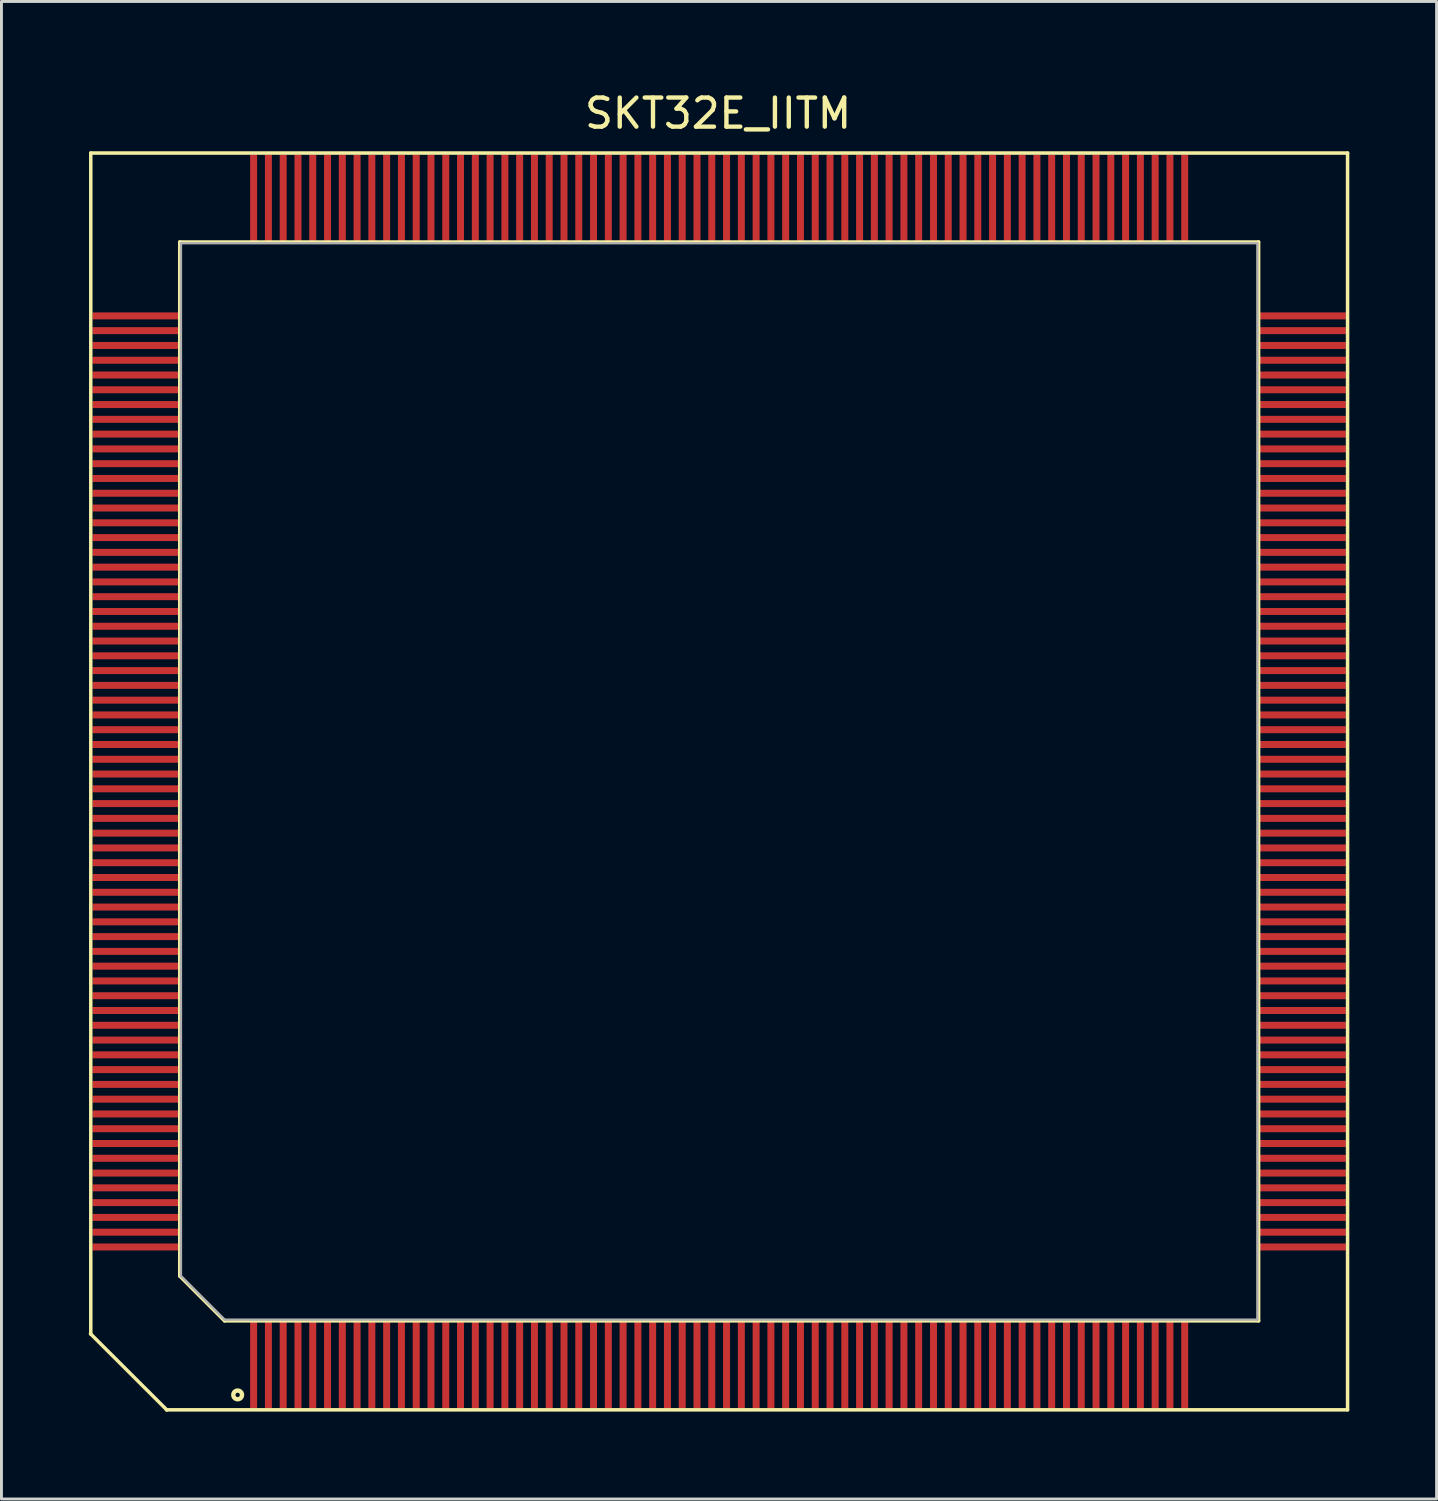
<source format=kicad_pcb>
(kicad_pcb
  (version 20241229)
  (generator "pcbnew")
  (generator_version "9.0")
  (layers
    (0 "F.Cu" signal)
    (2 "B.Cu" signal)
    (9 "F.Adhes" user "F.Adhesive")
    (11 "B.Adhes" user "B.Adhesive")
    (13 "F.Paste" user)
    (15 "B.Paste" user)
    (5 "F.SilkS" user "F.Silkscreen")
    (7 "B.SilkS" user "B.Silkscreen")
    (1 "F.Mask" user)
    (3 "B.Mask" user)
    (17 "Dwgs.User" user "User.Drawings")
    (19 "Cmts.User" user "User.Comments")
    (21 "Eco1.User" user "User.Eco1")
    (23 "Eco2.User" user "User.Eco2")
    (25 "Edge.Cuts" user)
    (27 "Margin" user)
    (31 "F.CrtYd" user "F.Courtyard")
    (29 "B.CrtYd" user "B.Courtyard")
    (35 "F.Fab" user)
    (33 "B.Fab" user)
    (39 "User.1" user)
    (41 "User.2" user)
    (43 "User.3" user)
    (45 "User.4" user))
  (footprint "SKT32E_IITM"
    (layer "F.Cu")
    (at 21.67 23.81)
    (property "Reference" "SKT32E_IITM" (at -0.036 -22.962 0) (layer "F.SilkS") (effects (font (size 1 1) (thickness 0.15))))
    (attr through_hole)
    (fp_line (start -21.61 18.984) (end -18.984 21.605) (stroke (width 0.12) (type solid)) (layer "F.SilkS"))
    (fp_line (start -21.6 -21.6) (end -21.6 19) (stroke (width 0.12) (type solid)) (layer "F.SilkS"))
    (fp_line (start -19 21.6) (end 21.6 21.6) (stroke (width 0.12) (type solid)) (layer "F.SilkS"))
    (fp_line (start -18.542 -18.542) (end -18.542 17) (stroke (width 0.12) (type solid)) (layer "F.SilkS"))
    (fp_line (start -18.542 17) (end -17 18.542) (stroke (width 0.12) (type solid)) (layer "F.SilkS"))
    (fp_line (start -17 18.542) (end 18.542 18.542) (stroke (width 0.12) (type solid)) (layer "F.SilkS"))
    (fp_line (start 18.542 -18.542) (end -18.542 -18.542) (stroke (width 0.12) (type solid)) (layer "F.SilkS"))
    (fp_line (start 18.542 18.542) (end 18.542 -18.542) (stroke (width 0.12) (type solid)) (layer "F.SilkS"))
    (fp_line (start 21.6 -21.6) (end -21.6 -21.6) (stroke (width 0.12) (type solid)) (layer "F.SilkS"))
    (fp_line (start 21.6 21.6) (end 21.6 -21.6) (stroke (width 0.12) (type solid)) (layer "F.SilkS"))
    (fp_circle (center -16.551 21.087) (end -16.401 21.087) (stroke (width 0.15) (type solid)) (fill no) (layer "F.SilkS"))
    (fp_line (start -18.5 -18.5) (end 18.5 -18.5) (stroke (width 0.08) (type solid)) (layer "F.Fab"))
    (fp_line (start -18.5 17) (end -18.5 -18.5) (stroke (width 0.08) (type solid)) (layer "F.Fab"))
    (fp_line (start -18.5 17) (end -17 18.5) (stroke (width 0.08) (type solid)) (layer "F.Fab"))
    (fp_line (start 18.5 -18.5) (end 18.5 18.5) (stroke (width 0.08) (type solid)) (layer "F.Fab"))
    (fp_line (start 18.5 18.5) (end -17 18.5) (stroke (width 0.08) (type solid)) (layer "F.Fab"))
    (pad "1" smd rect (at -16.002 18.542) (size 0.24 3) (drill (offset 0 1.5)) (layers "F.Cu" "F.Mask" "F.Paste"))
    (pad "2" smd rect (at -15.494 18.542) (size 0.24 3) (drill (offset 0 1.5)) (layers "F.Cu" "F.Mask" "F.Paste"))
    (pad "3" smd rect (at -14.986 18.542) (size 0.24 3) (drill (offset 0 1.5)) (layers "F.Cu" "F.Mask" "F.Paste"))
    (pad "4" smd rect (at -14.478 18.542) (size 0.24 3) (drill (offset 0 1.5)) (layers "F.Cu" "F.Mask" "F.Paste"))
    (pad "5" smd rect (at -13.97 18.542) (size 0.24 3) (drill (offset 0 1.5)) (layers "F.Cu" "F.Mask" "F.Paste"))
    (pad "6" smd rect (at -13.462 18.542) (size 0.24 3) (drill (offset 0 1.5)) (layers "F.Cu" "F.Mask" "F.Paste"))
    (pad "7" smd rect (at -12.954 18.542) (size 0.24 3) (drill (offset 0 1.5)) (layers "F.Cu" "F.Mask" "F.Paste"))
    (pad "8" smd rect (at -12.446 18.542) (size 0.24 3) (drill (offset 0 1.5)) (layers "F.Cu" "F.Mask" "F.Paste"))
    (pad "9" smd rect (at -11.938 18.542) (size 0.24 3) (drill (offset 0 1.5)) (layers "F.Cu" "F.Mask" "F.Paste"))
    (pad "10" smd rect (at -11.43 18.542) (size 0.24 3) (drill (offset 0 1.5)) (layers "F.Cu" "F.Mask" "F.Paste"))
    (pad "11" smd rect (at -10.922 18.542) (size 0.24 3) (drill (offset 0 1.5)) (layers "F.Cu" "F.Mask" "F.Paste"))
    (pad "12" smd rect (at -10.414 18.542) (size 0.24 3) (drill (offset 0 1.5)) (layers "F.Cu" "F.Mask" "F.Paste"))
    (pad "13" smd rect (at -9.906 18.542) (size 0.24 3) (drill (offset 0 1.5)) (layers "F.Cu" "F.Mask" "F.Paste"))
    (pad "14" smd rect (at -9.398 18.542) (size 0.24 3) (drill (offset 0 1.5)) (layers "F.Cu" "F.Mask" "F.Paste"))
    (pad "15" smd rect (at -8.89 18.542) (size 0.24 3) (drill (offset 0 1.5)) (layers "F.Cu" "F.Mask" "F.Paste"))
    (pad "16" smd rect (at -8.382 18.542) (size 0.24 3) (drill (offset 0 1.5)) (layers "F.Cu" "F.Mask" "F.Paste"))
    (pad "17" smd rect (at -7.874 18.542) (size 0.24 3) (drill (offset 0 1.5)) (layers "F.Cu" "F.Mask" "F.Paste"))
    (pad "18" smd rect (at -7.366 18.542) (size 0.24 3) (drill (offset 0 1.5)) (layers "F.Cu" "F.Mask" "F.Paste"))
    (pad "19" smd rect (at -6.858 18.542) (size 0.24 3) (drill (offset 0 1.5)) (layers "F.Cu" "F.Mask" "F.Paste"))
    (pad "20" smd rect (at -6.35 18.542) (size 0.24 3) (drill (offset 0 1.5)) (layers "F.Cu" "F.Mask" "F.Paste"))
    (pad "21" smd rect (at -5.842 18.542) (size 0.24 3) (drill (offset 0 1.5)) (layers "F.Cu" "F.Mask" "F.Paste"))
    (pad "22" smd rect (at -5.334 18.542) (size 0.24 3) (drill (offset 0 1.5)) (layers "F.Cu" "F.Mask" "F.Paste"))
    (pad "23" smd rect (at -4.826 18.542) (size 0.24 3) (drill (offset 0 1.5)) (layers "F.Cu" "F.Mask" "F.Paste"))
    (pad "24" smd rect (at -4.318 18.542) (size 0.24 3) (drill (offset 0 1.5)) (layers "F.Cu" "F.Mask" "F.Paste"))
    (pad "25" smd rect (at -3.81 18.542) (size 0.24 3) (drill (offset 0 1.5)) (layers "F.Cu" "F.Mask" "F.Paste"))
    (pad "26" smd rect (at -3.302 18.542) (size 0.24 3) (drill (offset 0 1.5)) (layers "F.Cu" "F.Mask" "F.Paste"))
    (pad "27" smd rect (at -2.794 18.542) (size 0.24 3) (drill (offset 0 1.5)) (layers "F.Cu" "F.Mask" "F.Paste"))
    (pad "28" smd rect (at -2.286 18.542) (size 0.24 3) (drill (offset 0 1.5)) (layers "F.Cu" "F.Mask" "F.Paste"))
    (pad "29" smd rect (at -1.778 18.542) (size 0.24 3) (drill (offset 0 1.5)) (layers "F.Cu" "F.Mask" "F.Paste"))
    (pad "30" smd rect (at -1.27 18.542) (size 0.24 3) (drill (offset 0 1.5)) (layers "F.Cu" "F.Mask" "F.Paste"))
    (pad "31" smd rect (at -0.762 18.542) (size 0.24 3) (drill (offset 0 1.5)) (layers "F.Cu" "F.Mask" "F.Paste"))
    (pad "32" smd rect (at -0.254 18.542) (size 0.24 3) (drill (offset 0 1.5)) (layers "F.Cu" "F.Mask" "F.Paste"))
    (pad "33" smd rect (at 0.254 18.542) (size 0.24 3) (drill (offset 0 1.5)) (layers "F.Cu" "F.Mask" "F.Paste"))
    (pad "34" smd rect (at 0.762 18.542) (size 0.24 3) (drill (offset 0 1.5)) (layers "F.Cu" "F.Mask" "F.Paste"))
    (pad "35" smd rect (at 1.27 18.542) (size 0.24 3) (drill (offset 0 1.5)) (layers "F.Cu" "F.Mask" "F.Paste"))
    (pad "36" smd rect (at 1.778 18.542) (size 0.24 3) (drill (offset 0 1.5)) (layers "F.Cu" "F.Mask" "F.Paste"))
    (pad "37" smd rect (at 2.286 18.542) (size 0.24 3) (drill (offset 0 1.5)) (layers "F.Cu" "F.Mask" "F.Paste"))
    (pad "38" smd rect (at 2.794 18.542) (size 0.24 3) (drill (offset 0 1.5)) (layers "F.Cu" "F.Mask" "F.Paste"))
    (pad "39" smd rect (at 3.302 18.542) (size 0.24 3) (drill (offset 0 1.5)) (layers "F.Cu" "F.Mask" "F.Paste"))
    (pad "40" smd rect (at 3.81 18.542) (size 0.24 3) (drill (offset 0 1.5)) (layers "F.Cu" "F.Mask" "F.Paste"))
    (pad "41" smd rect (at 4.318 18.542) (size 0.24 3) (drill (offset 0 1.5)) (layers "F.Cu" "F.Mask" "F.Paste"))
    (pad "42" smd rect (at 4.826 18.542) (size 0.24 3) (drill (offset 0 1.5)) (layers "F.Cu" "F.Mask" "F.Paste"))
    (pad "43" smd rect (at 5.334 18.542) (size 0.24 3) (drill (offset 0 1.5)) (layers "F.Cu" "F.Mask" "F.Paste"))
    (pad "44" smd rect (at 5.842 18.542) (size 0.24 3) (drill (offset 0 1.5)) (layers "F.Cu" "F.Mask" "F.Paste"))
    (pad "45" smd rect (at 6.35 18.542) (size 0.24 3) (drill (offset 0 1.5)) (layers "F.Cu" "F.Mask" "F.Paste"))
    (pad "46" smd rect (at 6.858 18.542) (size 0.24 3) (drill (offset 0 1.5)) (layers "F.Cu" "F.Mask" "F.Paste"))
    (pad "47" smd rect (at 7.366 18.542) (size 0.24 3) (drill (offset 0 1.5)) (layers "F.Cu" "F.Mask" "F.Paste"))
    (pad "48" smd rect (at 7.874 18.542) (size 0.24 3) (drill (offset 0 1.5)) (layers "F.Cu" "F.Mask" "F.Paste"))
    (pad "49" smd rect (at 8.382 18.542) (size 0.24 3) (drill (offset 0 1.5)) (layers "F.Cu" "F.Mask" "F.Paste"))
    (pad "50" smd rect (at 8.89 18.542) (size 0.24 3) (drill (offset 0 1.5)) (layers "F.Cu" "F.Mask" "F.Paste"))
    (pad "51" smd rect (at 9.398 18.542) (size 0.24 3) (drill (offset 0 1.5)) (layers "F.Cu" "F.Mask" "F.Paste"))
    (pad "52" smd rect (at 9.906 18.542) (size 0.24 3) (drill (offset 0 1.5)) (layers "F.Cu" "F.Mask" "F.Paste"))
    (pad "53" smd rect (at 10.414 18.542) (size 0.24 3) (drill (offset 0 1.5)) (layers "F.Cu" "F.Mask" "F.Paste"))
    (pad "54" smd rect (at 10.922 18.542) (size 0.24 3) (drill (offset 0 1.5)) (layers "F.Cu" "F.Mask" "F.Paste"))
    (pad "55" smd rect (at 11.43 18.542) (size 0.24 3) (drill (offset 0 1.5)) (layers "F.Cu" "F.Mask" "F.Paste"))
    (pad "56" smd rect (at 11.938 18.542) (size 0.24 3) (drill (offset 0 1.5)) (layers "F.Cu" "F.Mask" "F.Paste"))
    (pad "57" smd rect (at 12.446 18.542) (size 0.24 3) (drill (offset 0 1.5)) (layers "F.Cu" "F.Mask" "F.Paste"))
    (pad "58" smd rect (at 12.954 18.542) (size 0.24 3) (drill (offset 0 1.5)) (layers "F.Cu" "F.Mask" "F.Paste"))
    (pad "59" smd rect (at 13.462 18.542) (size 0.24 3) (drill (offset 0 1.5)) (layers "F.Cu" "F.Mask" "F.Paste"))
    (pad "60" smd rect (at 13.97 18.542) (size 0.24 3) (drill (offset 0 1.5)) (layers "F.Cu" "F.Mask" "F.Paste"))
    (pad "61" smd rect (at 14.478 18.542) (size 0.24 3) (drill (offset 0 1.5)) (layers "F.Cu" "F.Mask" "F.Paste"))
    (pad "62" smd rect (at 14.986 18.542) (size 0.24 3) (drill (offset 0 1.5)) (layers "F.Cu" "F.Mask" "F.Paste"))
    (pad "63" smd rect (at 15.494 18.542) (size 0.24 3) (drill (offset 0 1.5)) (layers "F.Cu" "F.Mask" "F.Paste"))
    (pad "64" smd rect (at 16.002 18.542) (size 0.24 3) (drill (offset 0 1.5)) (layers "F.Cu" "F.Mask" "F.Paste"))
    (pad "65" smd rect (at 18.542 16.002 90) (size 0.24 3) (drill (offset 0 1.5)) (layers "F.Cu" "F.Mask" "F.Paste"))
    (pad "66" smd rect (at 18.542 15.494 90) (size 0.24 3) (drill (offset 0 1.5)) (layers "F.Cu" "F.Mask" "F.Paste"))
    (pad "67" smd rect (at 18.542 14.986 90) (size 0.24 3) (drill (offset 0 1.5)) (layers "F.Cu" "F.Mask" "F.Paste"))
    (pad "68" smd rect (at 18.542 14.478 90) (size 0.24 3) (drill (offset 0 1.5)) (layers "F.Cu" "F.Mask" "F.Paste"))
    (pad "69" smd rect (at 18.542 13.97 90) (size 0.24 3) (drill (offset 0 1.5)) (layers "F.Cu" "F.Mask" "F.Paste"))
    (pad "70" smd rect (at 18.542 13.462 90) (size 0.24 3) (drill (offset 0 1.5)) (layers "F.Cu" "F.Mask" "F.Paste"))
    (pad "71" smd rect (at 18.542 12.954 90) (size 0.24 3) (drill (offset 0 1.5)) (layers "F.Cu" "F.Mask" "F.Paste"))
    (pad "72" smd rect (at 18.542 12.446 90) (size 0.24 3) (drill (offset 0 1.5)) (layers "F.Cu" "F.Mask" "F.Paste"))
    (pad "73" smd rect (at 18.542 11.938 90) (size 0.24 3) (drill (offset 0 1.5)) (layers "F.Cu" "F.Mask" "F.Paste"))
    (pad "74" smd rect (at 18.542 11.43 90) (size 0.24 3) (drill (offset 0 1.5)) (layers "F.Cu" "F.Mask" "F.Paste"))
    (pad "75" smd rect (at 18.542 10.922 90) (size 0.24 3) (drill (offset 0 1.5)) (layers "F.Cu" "F.Mask" "F.Paste"))
    (pad "76" smd rect (at 18.542 10.414 90) (size 0.24 3) (drill (offset 0 1.5)) (layers "F.Cu" "F.Mask" "F.Paste"))
    (pad "77" smd rect (at 18.542 9.906 90) (size 0.24 3) (drill (offset 0 1.5)) (layers "F.Cu" "F.Mask" "F.Paste"))
    (pad "78" smd rect (at 18.542 9.398 90) (size 0.24 3) (drill (offset 0 1.5)) (layers "F.Cu" "F.Mask" "F.Paste"))
    (pad "79" smd rect (at 18.542 8.89 90) (size 0.24 3) (drill (offset 0 1.5)) (layers "F.Cu" "F.Mask" "F.Paste"))
    (pad "80" smd rect (at 18.542 8.382 90) (size 0.24 3) (drill (offset 0 1.5)) (layers "F.Cu" "F.Mask" "F.Paste"))
    (pad "81" smd rect (at 18.542 7.874 90) (size 0.24 3) (drill (offset 0 1.5)) (layers "F.Cu" "F.Mask" "F.Paste"))
    (pad "82" smd rect (at 18.542 7.366 90) (size 0.24 3) (drill (offset 0 1.5)) (layers "F.Cu" "F.Mask" "F.Paste"))
    (pad "83" smd rect (at 18.542 6.858 90) (size 0.24 3) (drill (offset 0 1.5)) (layers "F.Cu" "F.Mask" "F.Paste"))
    (pad "84" smd rect (at 18.542 6.35 90) (size 0.24 3) (drill (offset 0 1.5)) (layers "F.Cu" "F.Mask" "F.Paste"))
    (pad "85" smd rect (at 18.542 5.842 90) (size 0.24 3) (drill (offset 0 1.5)) (layers "F.Cu" "F.Mask" "F.Paste"))
    (pad "86" smd rect (at 18.542 5.334 90) (size 0.24 3) (drill (offset 0 1.5)) (layers "F.Cu" "F.Mask" "F.Paste"))
    (pad "87" smd rect (at 18.542 4.826 90) (size 0.24 3) (drill (offset 0 1.5)) (layers "F.Cu" "F.Mask" "F.Paste"))
    (pad "88" smd rect (at 18.542 4.318 90) (size 0.24 3) (drill (offset 0 1.5)) (layers "F.Cu" "F.Mask" "F.Paste"))
    (pad "89" smd rect (at 18.542 3.81 90) (size 0.24 3) (drill (offset 0 1.5)) (layers "F.Cu" "F.Mask" "F.Paste"))
    (pad "90" smd rect (at 18.542 3.302 90) (size 0.24 3) (drill (offset 0 1.5)) (layers "F.Cu" "F.Mask" "F.Paste"))
    (pad "91" smd rect (at 18.542 2.794 90) (size 0.24 3) (drill (offset 0 1.5)) (layers "F.Cu" "F.Mask" "F.Paste"))
    (pad "92" smd rect (at 18.542 2.286 90) (size 0.24 3) (drill (offset 0 1.5)) (layers "F.Cu" "F.Mask" "F.Paste"))
    (pad "93" smd rect (at 18.542 1.778 90) (size 0.24 3) (drill (offset 0 1.5)) (layers "F.Cu" "F.Mask" "F.Paste"))
    (pad "94" smd rect (at 18.542 1.27 90) (size 0.24 3) (drill (offset 0 1.5)) (layers "F.Cu" "F.Mask" "F.Paste"))
    (pad "95" smd rect (at 18.542 0.762 90) (size 0.24 3) (drill (offset 0 1.5)) (layers "F.Cu" "F.Mask" "F.Paste"))
    (pad "96" smd rect (at 18.542 0.254 90) (size 0.24 3) (drill (offset 0 1.5)) (layers "F.Cu" "F.Mask" "F.Paste"))
    (pad "97" smd rect (at 18.542 -0.254 90) (size 0.24 3) (drill (offset 0 1.5)) (layers "F.Cu" "F.Mask" "F.Paste"))
    (pad "98" smd rect (at 18.542 -0.762 90) (size 0.24 3) (drill (offset 0 1.5)) (layers "F.Cu" "F.Mask" "F.Paste"))
    (pad "99" smd rect (at 18.542 -1.27 90) (size 0.24 3) (drill (offset 0 1.5)) (layers "F.Cu" "F.Mask" "F.Paste"))
    (pad "100" smd rect (at 18.542 -1.778 90) (size 0.24 3) (drill (offset 0 1.5)) (layers "F.Cu" "F.Mask" "F.Paste"))
    (pad "101" smd rect (at 18.542 -2.286 90) (size 0.24 3) (drill (offset 0 1.5)) (layers "F.Cu" "F.Mask" "F.Paste"))
    (pad "102" smd rect (at 18.542 -2.794 90) (size 0.24 3) (drill (offset 0 1.5)) (layers "F.Cu" "F.Mask" "F.Paste"))
    (pad "103" smd rect (at 18.542 -3.302 90) (size 0.24 3) (drill (offset 0 1.5)) (layers "F.Cu" "F.Mask" "F.Paste"))
    (pad "104" smd rect (at 18.542 -3.81 90) (size 0.24 3) (drill (offset 0 1.5)) (layers "F.Cu" "F.Mask" "F.Paste"))
    (pad "105" smd rect (at 18.542 -4.318 90) (size 0.24 3) (drill (offset 0 1.5)) (layers "F.Cu" "F.Mask" "F.Paste"))
    (pad "106" smd rect (at 18.542 -4.826 90) (size 0.24 3) (drill (offset 0 1.5)) (layers "F.Cu" "F.Mask" "F.Paste"))
    (pad "107" smd rect (at 18.542 -5.334 90) (size 0.24 3) (drill (offset 0 1.5)) (layers "F.Cu" "F.Mask" "F.Paste"))
    (pad "108" smd rect (at 18.542 -5.842 90) (size 0.24 3) (drill (offset 0 1.5)) (layers "F.Cu" "F.Mask" "F.Paste"))
    (pad "109" smd rect (at 18.542 -6.35 90) (size 0.24 3) (drill (offset 0 1.5)) (layers "F.Cu" "F.Mask" "F.Paste"))
    (pad "110" smd rect (at 18.542 -6.858 90) (size 0.24 3) (drill (offset 0 1.5)) (layers "F.Cu" "F.Mask" "F.Paste"))
    (pad "111" smd rect (at 18.542 -7.366 90) (size 0.24 3) (drill (offset 0 1.5)) (layers "F.Cu" "F.Mask" "F.Paste"))
    (pad "112" smd rect (at 18.542 -7.874 90) (size 0.24 3) (drill (offset 0 1.5)) (layers "F.Cu" "F.Mask" "F.Paste"))
    (pad "113" smd rect (at 18.542 -8.382 90) (size 0.24 3) (drill (offset 0 1.5)) (layers "F.Cu" "F.Mask" "F.Paste"))
    (pad "114" smd rect (at 18.542 -8.89 90) (size 0.24 3) (drill (offset 0 1.5)) (layers "F.Cu" "F.Mask" "F.Paste"))
    (pad "115" smd rect (at 18.542 -9.398 90) (size 0.24 3) (drill (offset 0 1.5)) (layers "F.Cu" "F.Mask" "F.Paste"))
    (pad "116" smd rect (at 18.542 -9.906 90) (size 0.24 3) (drill (offset 0 1.5)) (layers "F.Cu" "F.Mask" "F.Paste"))
    (pad "117" smd rect (at 18.542 -10.414 90) (size 0.24 3) (drill (offset 0 1.5)) (layers "F.Cu" "F.Mask" "F.Paste"))
    (pad "118" smd rect (at 18.542 -10.922 90) (size 0.24 3) (drill (offset 0 1.5)) (layers "F.Cu" "F.Mask" "F.Paste"))
    (pad "119" smd rect (at 18.542 -11.43 90) (size 0.24 3) (drill (offset 0 1.5)) (layers "F.Cu" "F.Mask" "F.Paste"))
    (pad "120" smd rect (at 18.542 -11.938 90) (size 0.24 3) (drill (offset 0 1.5)) (layers "F.Cu" "F.Mask" "F.Paste"))
    (pad "121" smd rect (at 18.542 -12.446 90) (size 0.24 3) (drill (offset 0 1.5)) (layers "F.Cu" "F.Mask" "F.Paste"))
    (pad "122" smd rect (at 18.542 -12.954 90) (size 0.24 3) (drill (offset 0 1.5)) (layers "F.Cu" "F.Mask" "F.Paste"))
    (pad "123" smd rect (at 18.542 -13.462 90) (size 0.24 3) (drill (offset 0 1.5)) (layers "F.Cu" "F.Mask" "F.Paste"))
    (pad "124" smd rect (at 18.542 -13.97 90) (size 0.24 3) (drill (offset 0 1.5)) (layers "F.Cu" "F.Mask" "F.Paste"))
    (pad "125" smd rect (at 18.542 -14.478 90) (size 0.24 3) (drill (offset 0 1.5)) (layers "F.Cu" "F.Mask" "F.Paste"))
    (pad "126" smd rect (at 18.542 -14.986 90) (size 0.24 3) (drill (offset 0 1.5)) (layers "F.Cu" "F.Mask" "F.Paste"))
    (pad "127" smd rect (at 18.542 -15.494 90) (size 0.24 3) (drill (offset 0 1.5)) (layers "F.Cu" "F.Mask" "F.Paste"))
    (pad "128" smd rect (at 18.542 -16.002 90) (size 0.24 3) (drill (offset 0 1.5)) (layers "F.Cu" "F.Mask" "F.Paste"))
    (pad "129" smd rect (at 16.002 -18.542 180) (size 0.24 3) (drill (offset 0 1.5)) (layers "F.Cu" "F.Mask" "F.Paste"))
    (pad "130" smd rect (at 15.494 -18.542 180) (size 0.24 3) (drill (offset 0 1.5)) (layers "F.Cu" "F.Mask" "F.Paste"))
    (pad "131" smd rect (at 14.986 -18.542 180) (size 0.24 3) (drill (offset 0 1.5)) (layers "F.Cu" "F.Mask" "F.Paste"))
    (pad "132" smd rect (at 14.478 -18.542 180) (size 0.24 3) (drill (offset 0 1.5)) (layers "F.Cu" "F.Mask" "F.Paste"))
    (pad "133" smd rect (at 13.97 -18.542 180) (size 0.24 3) (drill (offset 0 1.5)) (layers "F.Cu" "F.Mask" "F.Paste"))
    (pad "134" smd rect (at 13.462 -18.542 180) (size 0.24 3) (drill (offset 0 1.5)) (layers "F.Cu" "F.Mask" "F.Paste"))
    (pad "135" smd rect (at 12.954 -18.542 180) (size 0.24 3) (drill (offset 0 1.5)) (layers "F.Cu" "F.Mask" "F.Paste"))
    (pad "136" smd rect (at 12.446 -18.542 180) (size 0.24 3) (drill (offset 0 1.5)) (layers "F.Cu" "F.Mask" "F.Paste"))
    (pad "137" smd rect (at 11.938 -18.542 180) (size 0.24 3) (drill (offset 0 1.5)) (layers "F.Cu" "F.Mask" "F.Paste"))
    (pad "138" smd rect (at 11.43 -18.542 180) (size 0.24 3) (drill (offset 0 1.5)) (layers "F.Cu" "F.Mask" "F.Paste"))
    (pad "139" smd rect (at 10.922 -18.542 180) (size 0.24 3) (drill (offset 0 1.5)) (layers "F.Cu" "F.Mask" "F.Paste"))
    (pad "140" smd rect (at 10.414 -18.542 180) (size 0.24 3) (drill (offset 0 1.5)) (layers "F.Cu" "F.Mask" "F.Paste"))
    (pad "141" smd rect (at 9.906 -18.542 180) (size 0.24 3) (drill (offset 0 1.5)) (layers "F.Cu" "F.Mask" "F.Paste"))
    (pad "142" smd rect (at 9.398 -18.542 180) (size 0.24 3) (drill (offset 0 1.5)) (layers "F.Cu" "F.Mask" "F.Paste"))
    (pad "143" smd rect (at 8.89 -18.542 180) (size 0.24 3) (drill (offset 0 1.5)) (layers "F.Cu" "F.Mask" "F.Paste"))
    (pad "144" smd rect (at 8.382 -18.542 180) (size 0.24 3) (drill (offset 0 1.5)) (layers "F.Cu" "F.Mask" "F.Paste"))
    (pad "145" smd rect (at 7.874 -18.542 180) (size 0.24 3) (drill (offset 0 1.5)) (layers "F.Cu" "F.Mask" "F.Paste"))
    (pad "146" smd rect (at 7.366 -18.542 180) (size 0.24 3) (drill (offset 0 1.5)) (layers "F.Cu" "F.Mask" "F.Paste"))
    (pad "147" smd rect (at 6.858 -18.542 180) (size 0.24 3) (drill (offset 0 1.5)) (layers "F.Cu" "F.Mask" "F.Paste"))
    (pad "148" smd rect (at 6.35 -18.542 180) (size 0.24 3) (drill (offset 0 1.5)) (layers "F.Cu" "F.Mask" "F.Paste"))
    (pad "149" smd rect (at 5.842 -18.542 180) (size 0.24 3) (drill (offset 0 1.5)) (layers "F.Cu" "F.Mask" "F.Paste"))
    (pad "150" smd rect (at 5.334 -18.542 180) (size 0.24 3) (drill (offset 0 1.5)) (layers "F.Cu" "F.Mask" "F.Paste"))
    (pad "151" smd rect (at 4.826 -18.542 180) (size 0.24 3) (drill (offset 0 1.5)) (layers "F.Cu" "F.Mask" "F.Paste"))
    (pad "152" smd rect (at 4.318 -18.542 180) (size 0.24 3) (drill (offset 0 1.5)) (layers "F.Cu" "F.Mask" "F.Paste"))
    (pad "153" smd rect (at 3.81 -18.542 180) (size 0.24 3) (drill (offset 0 1.5)) (layers "F.Cu" "F.Mask" "F.Paste"))
    (pad "154" smd rect (at 3.302 -18.542 180) (size 0.24 3) (drill (offset 0 1.5)) (layers "F.Cu" "F.Mask" "F.Paste"))
    (pad "155" smd rect (at 2.794 -18.542 180) (size 0.24 3) (drill (offset 0 1.5)) (layers "F.Cu" "F.Mask" "F.Paste"))
    (pad "156" smd rect (at 2.286 -18.542 180) (size 0.24 3) (drill (offset 0 1.5)) (layers "F.Cu" "F.Mask" "F.Paste"))
    (pad "157" smd rect (at 1.778 -18.542 180) (size 0.24 3) (drill (offset 0 1.5)) (layers "F.Cu" "F.Mask" "F.Paste"))
    (pad "158" smd rect (at 1.27 -18.542 180) (size 0.24 3) (drill (offset 0 1.5)) (layers "F.Cu" "F.Mask" "F.Paste"))
    (pad "159" smd rect (at 0.762 -18.542 180) (size 0.24 3) (drill (offset 0 1.5)) (layers "F.Cu" "F.Mask" "F.Paste"))
    (pad "160" smd rect (at 0.254 -18.542 180) (size 0.24 3) (drill (offset 0 1.5)) (layers "F.Cu" "F.Mask" "F.Paste"))
    (pad "161" smd rect (at -0.254 -18.542 180) (size 0.24 3) (drill (offset 0 1.5)) (layers "F.Cu" "F.Mask" "F.Paste"))
    (pad "162" smd rect (at -0.762 -18.542 180) (size 0.24 3) (drill (offset 0 1.5)) (layers "F.Cu" "F.Mask" "F.Paste"))
    (pad "163" smd rect (at -1.27 -18.542 180) (size 0.24 3) (drill (offset 0 1.5)) (layers "F.Cu" "F.Mask" "F.Paste"))
    (pad "164" smd rect (at -1.778 -18.542 180) (size 0.24 3) (drill (offset 0 1.5)) (layers "F.Cu" "F.Mask" "F.Paste"))
    (pad "165" smd rect (at -2.286 -18.542 180) (size 0.24 3) (drill (offset 0 1.5)) (layers "F.Cu" "F.Mask" "F.Paste"))
    (pad "166" smd rect (at -2.794 -18.542 180) (size 0.24 3) (drill (offset 0 1.5)) (layers "F.Cu" "F.Mask" "F.Paste"))
    (pad "167" smd rect (at -3.302 -18.542 180) (size 0.24 3) (drill (offset 0 1.5)) (layers "F.Cu" "F.Mask" "F.Paste"))
    (pad "168" smd rect (at -3.81 -18.542 180) (size 0.24 3) (drill (offset 0 1.5)) (layers "F.Cu" "F.Mask" "F.Paste"))
    (pad "169" smd rect (at -4.318 -18.542 180) (size 0.24 3) (drill (offset 0 1.5)) (layers "F.Cu" "F.Mask" "F.Paste"))
    (pad "170" smd rect (at -4.826 -18.542 180) (size 0.24 3) (drill (offset 0 1.5)) (layers "F.Cu" "F.Mask" "F.Paste"))
    (pad "171" smd rect (at -5.334 -18.542 180) (size 0.24 3) (drill (offset 0 1.5)) (layers "F.Cu" "F.Mask" "F.Paste"))
    (pad "172" smd rect (at -5.842 -18.542 180) (size 0.24 3) (drill (offset 0 1.5)) (layers "F.Cu" "F.Mask" "F.Paste"))
    (pad "173" smd rect (at -6.35 -18.542 180) (size 0.24 3) (drill (offset 0 1.5)) (layers "F.Cu" "F.Mask" "F.Paste"))
    (pad "174" smd rect (at -6.858 -18.542 180) (size 0.24 3) (drill (offset 0 1.5)) (layers "F.Cu" "F.Mask" "F.Paste"))
    (pad "175" smd rect (at -7.366 -18.542 180) (size 0.24 3) (drill (offset 0 1.5)) (layers "F.Cu" "F.Mask" "F.Paste"))
    (pad "176" smd rect (at -7.874 -18.542 180) (size 0.24 3) (drill (offset 0 1.5)) (layers "F.Cu" "F.Mask" "F.Paste"))
    (pad "177" smd rect (at -8.382 -18.542 180) (size 0.24 3) (drill (offset 0 1.5)) (layers "F.Cu" "F.Mask" "F.Paste"))
    (pad "178" smd rect (at -8.89 -18.542 180) (size 0.24 3) (drill (offset 0 1.5)) (layers "F.Cu" "F.Mask" "F.Paste"))
    (pad "179" smd rect (at -9.398 -18.542 180) (size 0.24 3) (drill (offset 0 1.5)) (layers "F.Cu" "F.Mask" "F.Paste"))
    (pad "180" smd rect (at -9.906 -18.542 180) (size 0.24 3) (drill (offset 0 1.5)) (layers "F.Cu" "F.Mask" "F.Paste"))
    (pad "181" smd rect (at -10.414 -18.542 180) (size 0.24 3) (drill (offset 0 1.5)) (layers "F.Cu" "F.Mask" "F.Paste"))
    (pad "182" smd rect (at -10.922 -18.542 180) (size 0.24 3) (drill (offset 0 1.5)) (layers "F.Cu" "F.Mask" "F.Paste"))
    (pad "183" smd rect (at -11.43 -18.542 180) (size 0.24 3) (drill (offset 0 1.5)) (layers "F.Cu" "F.Mask" "F.Paste"))
    (pad "184" smd rect (at -11.938 -18.542 180) (size 0.24 3) (drill (offset 0 1.5)) (layers "F.Cu" "F.Mask" "F.Paste"))
    (pad "185" smd rect (at -12.446 -18.542 180) (size 0.24 3) (drill (offset 0 1.5)) (layers "F.Cu" "F.Mask" "F.Paste"))
    (pad "186" smd rect (at -12.954 -18.542 180) (size 0.24 3) (drill (offset 0 1.5)) (layers "F.Cu" "F.Mask" "F.Paste"))
    (pad "187" smd rect (at -13.462 -18.542 180) (size 0.24 3) (drill (offset 0 1.5)) (layers "F.Cu" "F.Mask" "F.Paste"))
    (pad "188" smd rect (at -13.97 -18.542 180) (size 0.24 3) (drill (offset 0 1.5)) (layers "F.Cu" "F.Mask" "F.Paste"))
    (pad "189" smd rect (at -14.478 -18.542 180) (size 0.24 3) (drill (offset 0 1.5)) (layers "F.Cu" "F.Mask" "F.Paste"))
    (pad "190" smd rect (at -14.986 -18.542 180) (size 0.24 3) (drill (offset 0 1.5)) (layers "F.Cu" "F.Mask" "F.Paste"))
    (pad "191" smd rect (at -15.494 -18.542 180) (size 0.24 3) (drill (offset 0 1.5)) (layers "F.Cu" "F.Mask" "F.Paste"))
    (pad "192" smd rect (at -16.002 -18.542 180) (size 0.24 3) (drill (offset 0 1.5)) (layers "F.Cu" "F.Mask" "F.Paste"))
    (pad "193" smd rect (at -18.542 -16.002 270) (size 0.24 3) (drill (offset 0 1.5)) (layers "F.Cu" "F.Mask" "F.Paste"))
    (pad "194" smd rect (at -18.542 -15.494 270) (size 0.24 3) (drill (offset 0 1.5)) (layers "F.Cu" "F.Mask" "F.Paste"))
    (pad "195" smd rect (at -18.542 -14.986 270) (size 0.24 3) (drill (offset 0 1.5)) (layers "F.Cu" "F.Mask" "F.Paste"))
    (pad "196" smd rect (at -18.542 -14.478 270) (size 0.24 3) (drill (offset 0 1.5)) (layers "F.Cu" "F.Mask" "F.Paste"))
    (pad "197" smd rect (at -18.542 -13.97 270) (size 0.24 3) (drill (offset 0 1.5)) (layers "F.Cu" "F.Mask" "F.Paste"))
    (pad "198" smd rect (at -18.542 -13.462 270) (size 0.24 3) (drill (offset 0 1.5)) (layers "F.Cu" "F.Mask" "F.Paste"))
    (pad "199" smd rect (at -18.542 -12.954 270) (size 0.24 3) (drill (offset 0 1.5)) (layers "F.Cu" "F.Mask" "F.Paste"))
    (pad "200" smd rect (at -18.542 -12.446 270) (size 0.24 3) (drill (offset 0 1.5)) (layers "F.Cu" "F.Mask" "F.Paste"))
    (pad "201" smd rect (at -18.542 -11.938 270) (size 0.24 3) (drill (offset 0 1.5)) (layers "F.Cu" "F.Mask" "F.Paste"))
    (pad "202" smd rect (at -18.542 -11.43 270) (size 0.24 3) (drill (offset 0 1.5)) (layers "F.Cu" "F.Mask" "F.Paste"))
    (pad "203" smd rect (at -18.542 -10.922 270) (size 0.24 3) (drill (offset 0 1.5)) (layers "F.Cu" "F.Mask" "F.Paste"))
    (pad "204" smd rect (at -18.542 -10.414 270) (size 0.24 3) (drill (offset 0 1.5)) (layers "F.Cu" "F.Mask" "F.Paste"))
    (pad "205" smd rect (at -18.542 -9.906 270) (size 0.24 3) (drill (offset 0 1.5)) (layers "F.Cu" "F.Mask" "F.Paste"))
    (pad "206" smd rect (at -18.542 -9.398 270) (size 0.24 3) (drill (offset 0 1.5)) (layers "F.Cu" "F.Mask" "F.Paste"))
    (pad "207" smd rect (at -18.542 -8.89 270) (size 0.24 3) (drill (offset 0 1.5)) (layers "F.Cu" "F.Mask" "F.Paste"))
    (pad "208" smd rect (at -18.542 -8.382 270) (size 0.24 3) (drill (offset 0 1.5)) (layers "F.Cu" "F.Mask" "F.Paste"))
    (pad "209" smd rect (at -18.542 -7.874 270) (size 0.24 3) (drill (offset 0 1.5)) (layers "F.Cu" "F.Mask" "F.Paste"))
    (pad "210" smd rect (at -18.542 -7.366 270) (size 0.24 3) (drill (offset 0 1.5)) (layers "F.Cu" "F.Mask" "F.Paste"))
    (pad "211" smd rect (at -18.542 -6.858 270) (size 0.24 3) (drill (offset 0 1.5)) (layers "F.Cu" "F.Mask" "F.Paste"))
    (pad "212" smd rect (at -18.542 -6.35 270) (size 0.24 3) (drill (offset 0 1.5)) (layers "F.Cu" "F.Mask" "F.Paste"))
    (pad "213" smd rect (at -18.542 -5.842 270) (size 0.24 3) (drill (offset 0 1.5)) (layers "F.Cu" "F.Mask" "F.Paste"))
    (pad "214" smd rect (at -18.542 -5.334 270) (size 0.24 3) (drill (offset 0 1.5)) (layers "F.Cu" "F.Mask" "F.Paste"))
    (pad "215" smd rect (at -18.542 -4.826 270) (size 0.24 3) (drill (offset 0 1.5)) (layers "F.Cu" "F.Mask" "F.Paste"))
    (pad "216" smd rect (at -18.542 -4.318 270) (size 0.24 3) (drill (offset 0 1.5)) (layers "F.Cu" "F.Mask" "F.Paste"))
    (pad "217" smd rect (at -18.542 -3.81 270) (size 0.24 3) (drill (offset 0 1.5)) (layers "F.Cu" "F.Mask" "F.Paste"))
    (pad "218" smd rect (at -18.542 -3.302 270) (size 0.24 3) (drill (offset 0 1.5)) (layers "F.Cu" "F.Mask" "F.Paste"))
    (pad "219" smd rect (at -18.542 -2.794 270) (size 0.24 3) (drill (offset 0 1.5)) (layers "F.Cu" "F.Mask" "F.Paste"))
    (pad "220" smd rect (at -18.542 -2.286 270) (size 0.24 3) (drill (offset 0 1.5)) (layers "F.Cu" "F.Mask" "F.Paste"))
    (pad "221" smd rect (at -18.542 -1.778 270) (size 0.24 3) (drill (offset 0 1.5)) (layers "F.Cu" "F.Mask" "F.Paste"))
    (pad "222" smd rect (at -18.542 -1.27 270) (size 0.24 3) (drill (offset 0 1.5)) (layers "F.Cu" "F.Mask" "F.Paste"))
    (pad "223" smd rect (at -18.542 -0.762 270) (size 0.24 3) (drill (offset 0 1.5)) (layers "F.Cu" "F.Mask" "F.Paste"))
    (pad "224" smd rect (at -18.542 -0.254 270) (size 0.24 3) (drill (offset 0 1.5)) (layers "F.Cu" "F.Mask" "F.Paste"))
    (pad "225" smd rect (at -18.542 0.254 270) (size 0.24 3) (drill (offset 0 1.5)) (layers "F.Cu" "F.Mask" "F.Paste"))
    (pad "226" smd rect (at -18.542 0.762 270) (size 0.24 3) (drill (offset 0 1.5)) (layers "F.Cu" "F.Mask" "F.Paste"))
    (pad "227" smd rect (at -18.542 1.27 270) (size 0.24 3) (drill (offset 0 1.5)) (layers "F.Cu" "F.Mask" "F.Paste"))
    (pad "228" smd rect (at -18.542 1.778 270) (size 0.24 3) (drill (offset 0 1.5)) (layers "F.Cu" "F.Mask" "F.Paste"))
    (pad "229" smd rect (at -18.542 2.286 270) (size 0.24 3) (drill (offset 0 1.5)) (layers "F.Cu" "F.Mask" "F.Paste"))
    (pad "230" smd rect (at -18.542 2.794 270) (size 0.24 3) (drill (offset 0 1.5)) (layers "F.Cu" "F.Mask" "F.Paste"))
    (pad "231" smd rect (at -18.542 3.302 270) (size 0.24 3) (drill (offset 0 1.5)) (layers "F.Cu" "F.Mask" "F.Paste"))
    (pad "232" smd rect (at -18.542 3.81 270) (size 0.24 3) (drill (offset 0 1.5)) (layers "F.Cu" "F.Mask" "F.Paste"))
    (pad "233" smd rect (at -18.542 4.318 270) (size 0.24 3) (drill (offset 0 1.5)) (layers "F.Cu" "F.Mask" "F.Paste"))
    (pad "234" smd rect (at -18.542 4.826 270) (size 0.24 3) (drill (offset 0 1.5)) (layers "F.Cu" "F.Mask" "F.Paste"))
    (pad "235" smd rect (at -18.542 5.334 270) (size 0.24 3) (drill (offset 0 1.5)) (layers "F.Cu" "F.Mask" "F.Paste"))
    (pad "236" smd rect (at -18.542 5.842 270) (size 0.24 3) (drill (offset 0 1.5)) (layers "F.Cu" "F.Mask" "F.Paste"))
    (pad "237" smd rect (at -18.542 6.35 270) (size 0.24 3) (drill (offset 0 1.5)) (layers "F.Cu" "F.Mask" "F.Paste"))
    (pad "238" smd rect (at -18.542 6.858 270) (size 0.24 3) (drill (offset 0 1.5)) (layers "F.Cu" "F.Mask" "F.Paste"))
    (pad "239" smd rect (at -18.542 7.366 270) (size 0.24 3) (drill (offset 0 1.5)) (layers "F.Cu" "F.Mask" "F.Paste"))
    (pad "240" smd rect (at -18.542 7.874 270) (size 0.24 3) (drill (offset 0 1.5)) (layers "F.Cu" "F.Mask" "F.Paste"))
    (pad "241" smd rect (at -18.542 8.382 270) (size 0.24 3) (drill (offset 0 1.5)) (layers "F.Cu" "F.Mask" "F.Paste"))
    (pad "242" smd rect (at -18.542 8.89 270) (size 0.24 3) (drill (offset 0 1.5)) (layers "F.Cu" "F.Mask" "F.Paste"))
    (pad "243" smd rect (at -18.542 9.398 270) (size 0.24 3) (drill (offset 0 1.5)) (layers "F.Cu" "F.Mask" "F.Paste"))
    (pad "244" smd rect (at -18.542 9.906 270) (size 0.24 3) (drill (offset 0 1.5)) (layers "F.Cu" "F.Mask" "F.Paste"))
    (pad "245" smd rect (at -18.542 10.414 270) (size 0.24 3) (drill (offset 0 1.5)) (layers "F.Cu" "F.Mask" "F.Paste"))
    (pad "246" smd rect (at -18.542 10.922 270) (size 0.24 3) (drill (offset 0 1.5)) (layers "F.Cu" "F.Mask" "F.Paste"))
    (pad "247" smd rect (at -18.542 11.43 270) (size 0.24 3) (drill (offset 0 1.5)) (layers "F.Cu" "F.Mask" "F.Paste"))
    (pad "248" smd rect (at -18.542 11.938 270) (size 0.24 3) (drill (offset 0 1.5)) (layers "F.Cu" "F.Mask" "F.Paste"))
    (pad "249" smd rect (at -18.542 12.446 270) (size 0.24 3) (drill (offset 0 1.5)) (layers "F.Cu" "F.Mask" "F.Paste"))
    (pad "250" smd rect (at -18.542 12.954 270) (size 0.24 3) (drill (offset 0 1.5)) (layers "F.Cu" "F.Mask" "F.Paste"))
    (pad "251" smd rect (at -18.542 13.462 270) (size 0.24 3) (drill (offset 0 1.5)) (layers "F.Cu" "F.Mask" "F.Paste"))
    (pad "252" smd rect (at -18.542 13.97 270) (size 0.24 3) (drill (offset 0 1.5)) (layers "F.Cu" "F.Mask" "F.Paste"))
    (pad "253" smd rect (at -18.542 14.478 270) (size 0.24 3) (drill (offset 0 1.5)) (layers "F.Cu" "F.Mask" "F.Paste"))
    (pad "254" smd rect (at -18.542 14.986 270) (size 0.24 3) (drill (offset 0 1.5)) (layers "F.Cu" "F.Mask" "F.Paste"))
    (pad "255" smd rect (at -18.542 15.494 270) (size 0.24 3) (drill (offset 0 1.5)) (layers "F.Cu" "F.Mask" "F.Paste"))
    (pad "256" smd rect (at -18.542 16.002 270) (size 0.24 3) (drill (offset 0 1.5)) (layers "F.Cu" "F.Mask" "F.Paste")))
  (gr_rect
    (start -3 -3)
    (end 46.33 48.475)
    (stroke (width 0.1) (type default))
    (fill no)
    (layer "Edge.Cuts")))
</source>
